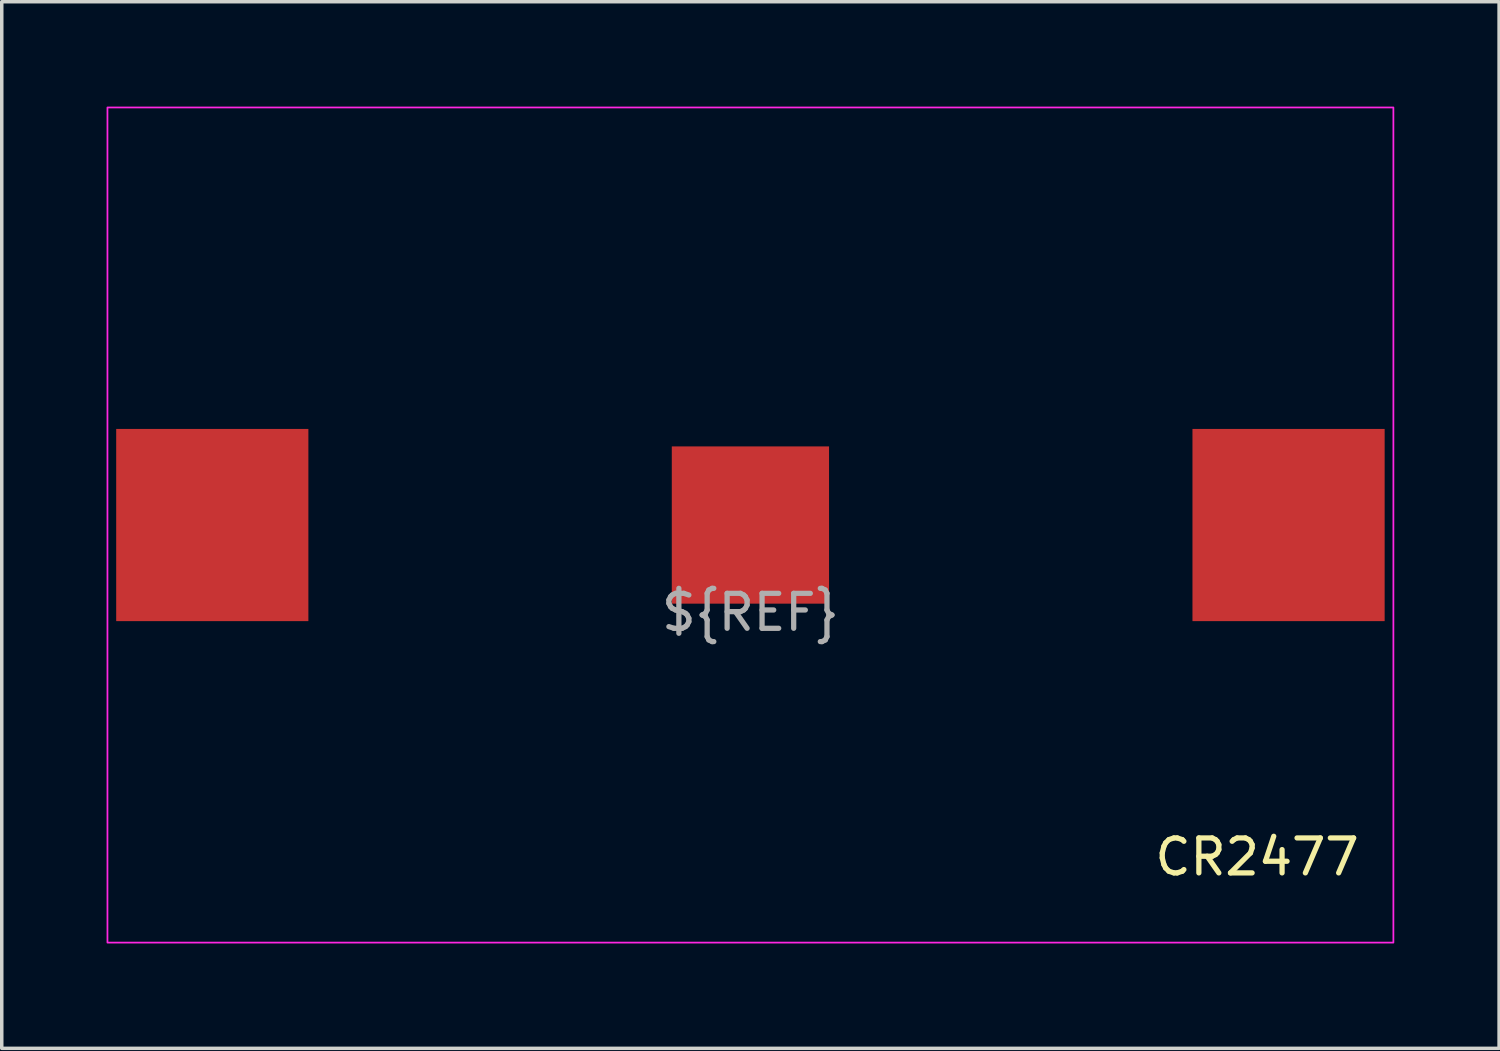
<source format=kicad_pcb>
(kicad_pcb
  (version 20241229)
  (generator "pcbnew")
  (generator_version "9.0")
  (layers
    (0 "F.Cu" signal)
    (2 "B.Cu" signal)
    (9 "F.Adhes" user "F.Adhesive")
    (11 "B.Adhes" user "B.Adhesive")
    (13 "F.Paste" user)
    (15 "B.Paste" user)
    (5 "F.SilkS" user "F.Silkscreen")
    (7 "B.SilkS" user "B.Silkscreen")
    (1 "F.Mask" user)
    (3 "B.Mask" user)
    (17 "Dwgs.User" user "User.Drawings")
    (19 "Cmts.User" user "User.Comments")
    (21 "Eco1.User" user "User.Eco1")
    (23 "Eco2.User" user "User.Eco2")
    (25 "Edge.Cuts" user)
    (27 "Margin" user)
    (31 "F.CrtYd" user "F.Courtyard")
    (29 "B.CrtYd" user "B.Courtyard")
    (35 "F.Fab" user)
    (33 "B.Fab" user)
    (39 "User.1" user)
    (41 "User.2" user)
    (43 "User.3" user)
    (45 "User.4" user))
  (footprint "CR2477"
    (layer "F.Cu")
    (at 18.425 11.975)
    (property "Reference" "CR2477" (at 14.5 9.5 0) (unlocked yes) (layer "F.SilkS") (effects (font (size 1 1) (thickness 0.15))))
    (attr smd)
    (fp_rect (start -18.4 -11.95) (end 18.4 11.95) (stroke (width 0.05) (type solid)) (fill no) (layer "F.CrtYd"))
    (fp_text user "${REF}" (at 0 2.5 0) (unlocked yes) (layer "F.Fab") (effects (font (size 1 1) (thickness 0.15))))
    (pad "1" smd rect (at -15.4 0) (size 5.5 5.5) (layers "F.Cu" "F.Mask" "F.Paste"))
    (pad "1" smd rect (at 15.4 0) (size 5.5 5.5) (layers "F.Cu" "F.Mask" "F.Paste"))
    (pad "2" smd rect (at 0 0) (size 4.5 4.5) (layers "F.Cu" "F.Mask" "F.Paste")))
  (gr_rect
    (start -3 -3)
    (end 39.85 26.95)
    (stroke (width 0.1) (type default))
    (fill no)
    (layer "Edge.Cuts")))
</source>
